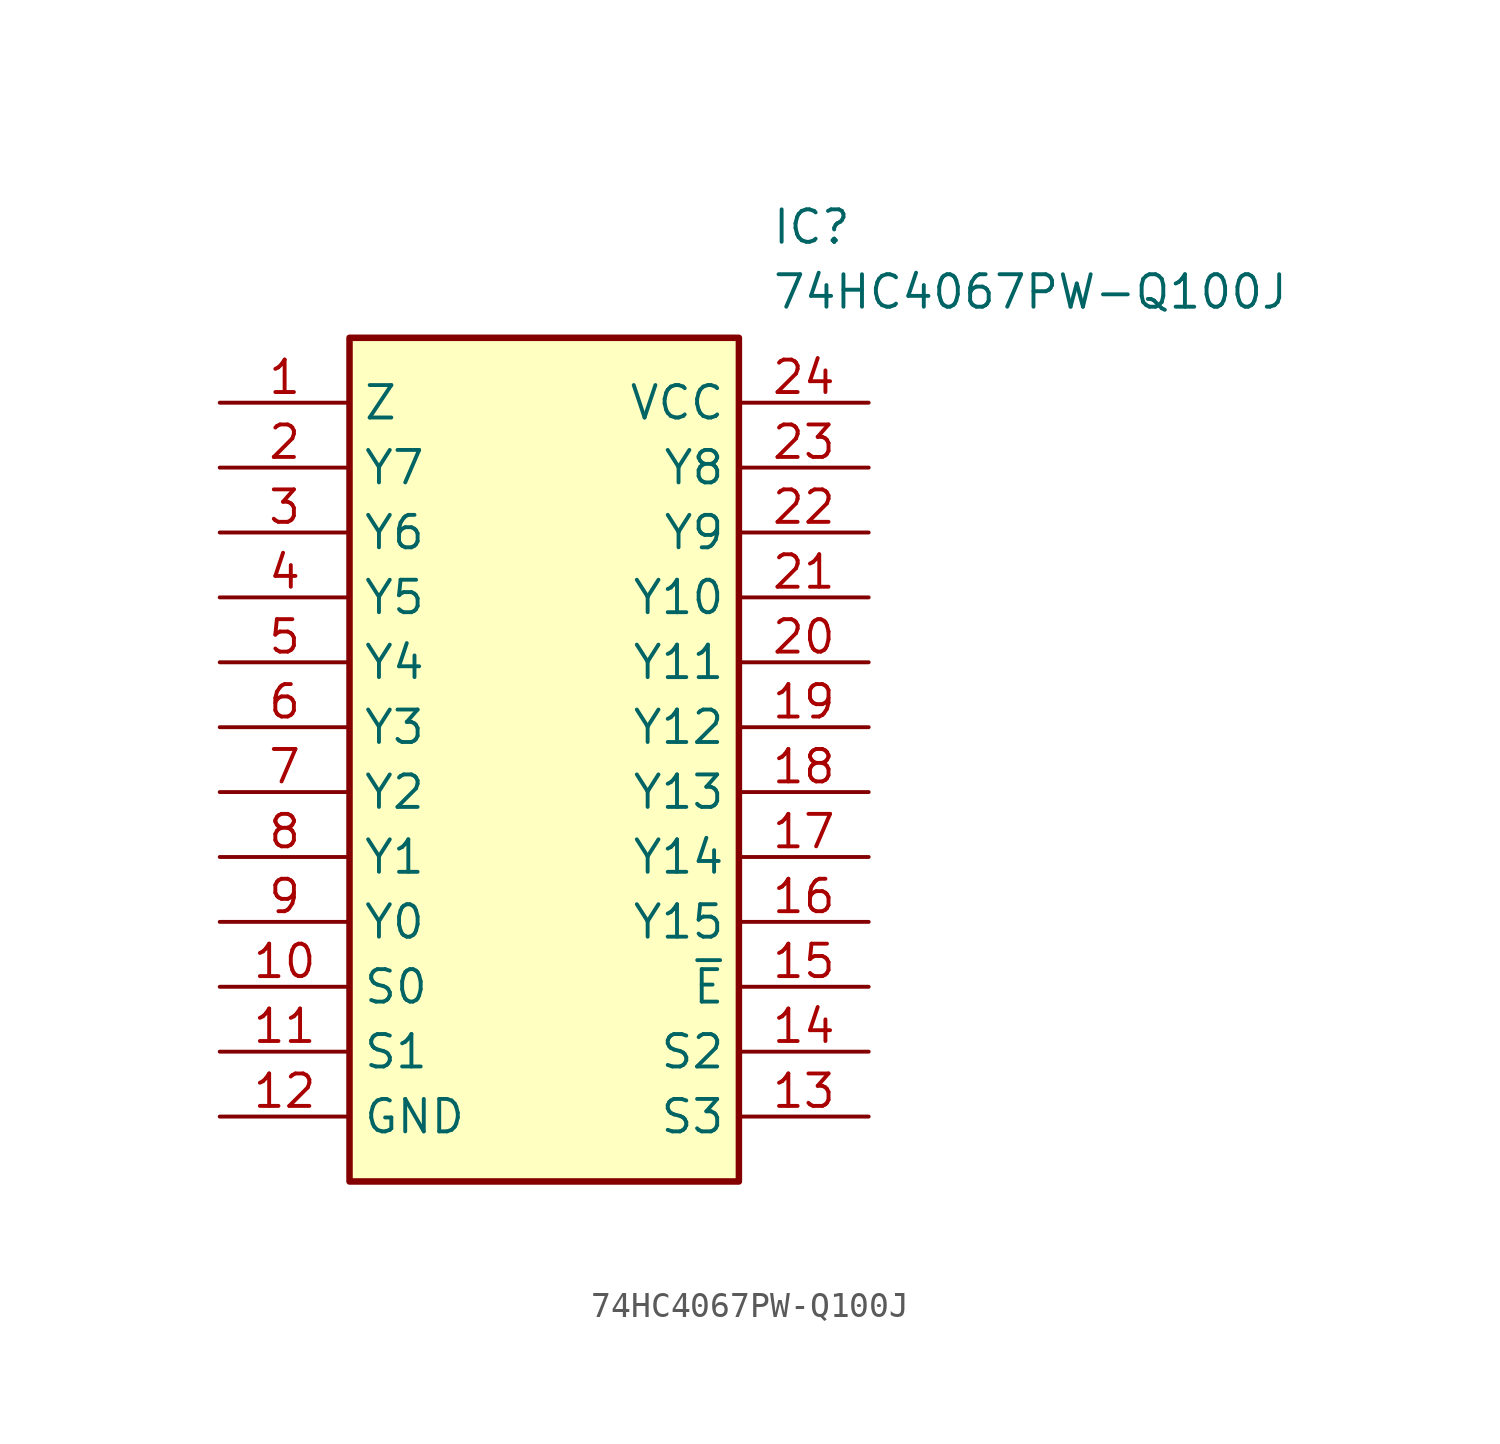
<source format=kicad_sym>
(kicad_symbol_lib
  (version 20211014)
  (generator SamacSys_ECAD_Model)
  (symbol "74HC4067PW-Q100J"
    (property "Reference" "IC"
      (at 21.59 7.62 0)
      (effects (font (size 1.27 1.27)) (justify left top)))
    (property "Value" "74HC4067PW-Q100J"
      (at 21.59 5.08 0)
      (effects (font (size 1.27 1.27)) (justify left top)))
    (rectangle
      (start 5.08 2.54)
      (end 20.32 -30.48)
      (stroke (width 0.254) (type default))
      (fill (type background)))
    (pin passive line
      (at 0 0 0)
      (length 5.08)
      (name "Z" (effects (font (size 1.27 1.27))))
      (number "1" (effects (font (size 1.27 1.27)))))
    (pin passive line
      (at 0 -2.54 0)
      (length 5.08)
      (name "Y7" (effects (font (size 1.27 1.27))))
      (number "2" (effects (font (size 1.27 1.27)))))
    (pin passive line
      (at 0 -5.08 0)
      (length 5.08)
      (name "Y6" (effects (font (size 1.27 1.27))))
      (number "3" (effects (font (size 1.27 1.27)))))
    (pin passive line
      (at 0 -7.62 0)
      (length 5.08)
      (name "Y5" (effects (font (size 1.27 1.27))))
      (number "4" (effects (font (size 1.27 1.27)))))
    (pin passive line
      (at 0 -10.16 0)
      (length 5.08)
      (name "Y4" (effects (font (size 1.27 1.27))))
      (number "5" (effects (font (size 1.27 1.27)))))
    (pin passive line
      (at 0 -12.7 0)
      (length 5.08)
      (name "Y3" (effects (font (size 1.27 1.27))))
      (number "6" (effects (font (size 1.27 1.27)))))
    (pin passive line
      (at 0 -15.24 0)
      (length 5.08)
      (name "Y2" (effects (font (size 1.27 1.27))))
      (number "7" (effects (font (size 1.27 1.27)))))
    (pin passive line
      (at 0 -17.78 0)
      (length 5.08)
      (name "Y1" (effects (font (size 1.27 1.27))))
      (number "8" (effects (font (size 1.27 1.27)))))
    (pin passive line
      (at 0 -20.32 0)
      (length 5.08)
      (name "Y0" (effects (font (size 1.27 1.27))))
      (number "9" (effects (font (size 1.27 1.27)))))
    (pin passive line
      (at 0 -22.86 0)
      (length 5.08)
      (name "S0" (effects (font (size 1.27 1.27))))
      (number "10" (effects (font (size 1.27 1.27)))))
    (pin passive line
      (at 0 -25.4 0)
      (length 5.08)
      (name "S1" (effects (font (size 1.27 1.27))))
      (number "11" (effects (font (size 1.27 1.27)))))
    (pin passive line
      (at 0 -27.94 0)
      (length 5.08)
      (name "GND" (effects (font (size 1.27 1.27))))
      (number "12" (effects (font (size 1.27 1.27)))))
    (pin passive line
      (at 25.4 0 180)
      (length 5.08)
      (name "VCC" (effects (font (size 1.27 1.27))))
      (number "24" (effects (font (size 1.27 1.27)))))
    (pin passive line
      (at 25.4 -2.54 180)
      (length 5.08)
      (name "Y8" (effects (font (size 1.27 1.27))))
      (number "23" (effects (font (size 1.27 1.27)))))
    (pin passive line
      (at 25.4 -5.08 180)
      (length 5.08)
      (name "Y9" (effects (font (size 1.27 1.27))))
      (number "22" (effects (font (size 1.27 1.27)))))
    (pin passive line
      (at 25.4 -7.62 180)
      (length 5.08)
      (name "Y10" (effects (font (size 1.27 1.27))))
      (number "21" (effects (font (size 1.27 1.27)))))
    (pin passive line
      (at 25.4 -10.16 180)
      (length 5.08)
      (name "Y11" (effects (font (size 1.27 1.27))))
      (number "20" (effects (font (size 1.27 1.27)))))
    (pin passive line
      (at 25.4 -12.7 180)
      (length 5.08)
      (name "Y12" (effects (font (size 1.27 1.27))))
      (number "19" (effects (font (size 1.27 1.27)))))
    (pin passive line
      (at 25.4 -15.24 180)
      (length 5.08)
      (name "Y13" (effects (font (size 1.27 1.27))))
      (number "18" (effects (font (size 1.27 1.27)))))
    (pin passive line
      (at 25.4 -17.78 180)
      (length 5.08)
      (name "Y14" (effects (font (size 1.27 1.27))))
      (number "17" (effects (font (size 1.27 1.27)))))
    (pin passive line
      (at 25.4 -20.32 180)
      (length 5.08)
      (name "Y15" (effects (font (size 1.27 1.27))))
      (number "16" (effects (font (size 1.27 1.27)))))
    (pin passive line
      (at 25.4 -22.86 180)
      (length 5.08)
      (name "~{E}" (effects (font (size 1.27 1.27))))
      (number "15" (effects (font (size 1.27 1.27)))))
    (pin passive line
      (at 25.4 -25.4 180)
      (length 5.08)
      (name "S2" (effects (font (size 1.27 1.27))))
      (number "14" (effects (font (size 1.27 1.27)))))
    (pin passive line
      (at 25.4 -27.94 180)
      (length 5.08)
      (name "S3" (effects (font (size 1.27 1.27))))
      (number "13" (effects (font (size 1.27 1.27)))))))
</source>
